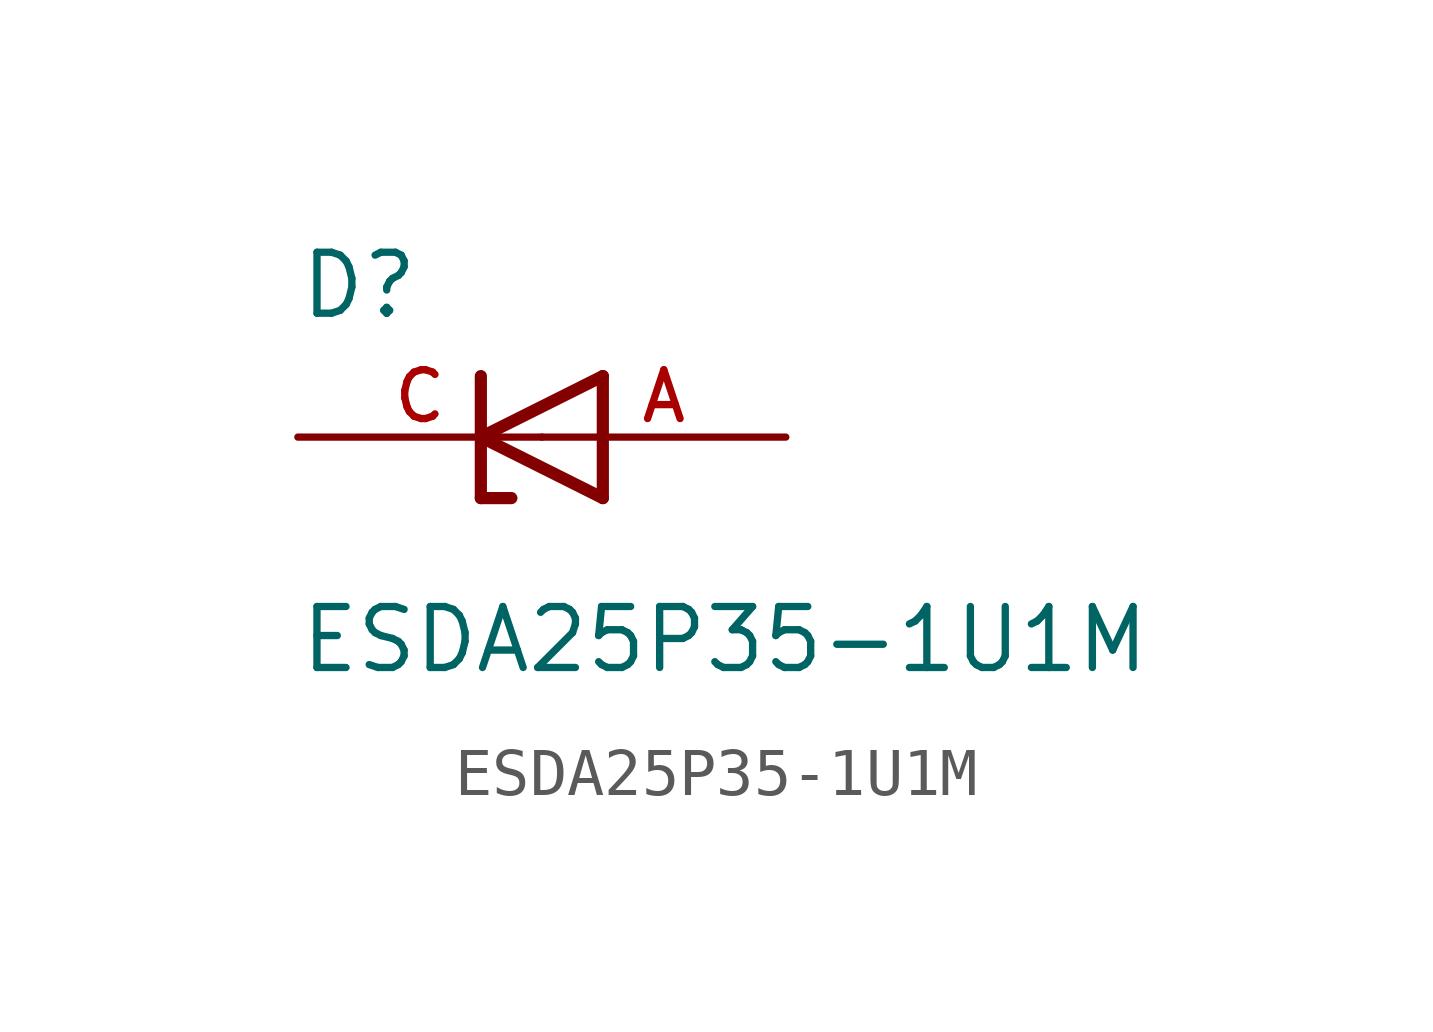
<source format=kicad_sym>
(kicad_symbol_lib
  (version 20211014)
  (generator kicad_symbol_editor)
  (symbol "ESDA25P35-1U1M"
    (pin_names
      (offset 1.016))
    (property "Reference" "D"
      (at -5.084 2.416 0)
      (effects (font (size 1.27 1.27)) (justify bottom left)))
    (property "Value" "ESDA25P35-1U1M"
      (at -5.085 -4.961 0)
      (effects (font (size 1.27 1.27)) (justify bottom left)))
    (symbol "ESDA25P35-1U1M_0_0"
      (polyline (pts (xy 1.27 1.27) (xy -1.27 0.0)) (stroke (width 0.254)))
      (polyline (pts (xy -1.27 0.0) (xy 1.27 -1.27)) (stroke (width 0.254)))
      (polyline (pts (xy -0.635 -1.27) (xy -1.27 -1.27)) (stroke (width 0.254)))
      (polyline (pts (xy -1.27 -1.27) (xy -1.27 0.0)) (stroke (width 0.254)))
      (polyline (pts (xy 1.27 -1.27) (xy 1.27 1.27)) (stroke (width 0.254)))
      (polyline (pts (xy -1.27 0.0) (xy -1.27 1.27)) (stroke (width 0.254)))
      (pin passive line (at 5.08 0.0 180.0) (length 5.08) (name "~" (effects (font (size 1.016 1.016)))) (number "A" (effects (font (size 1.016 1.016)))))
      (pin passive line (at -5.08 0.0 0) (length 5.08) (name "~" (effects (font (size 1.016 1.016)))) (number "C" (effects (font (size 1.016 1.016))))))))
</source>
